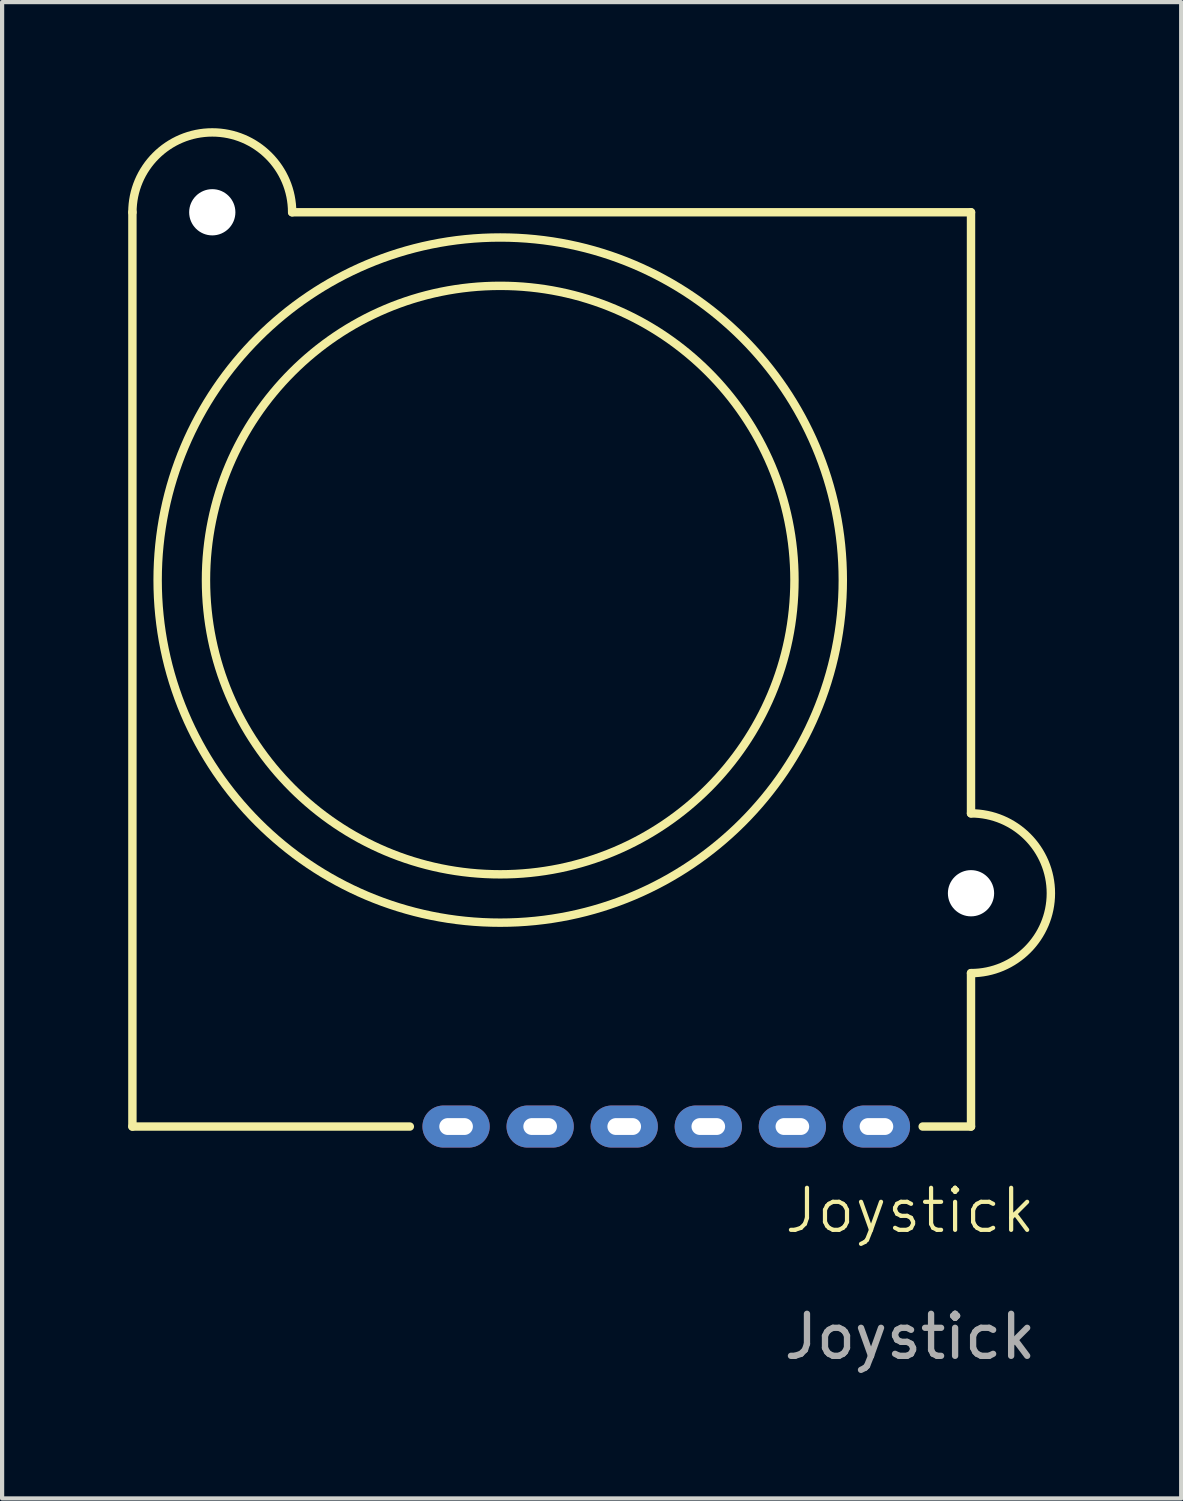
<source format=kicad_pcb>
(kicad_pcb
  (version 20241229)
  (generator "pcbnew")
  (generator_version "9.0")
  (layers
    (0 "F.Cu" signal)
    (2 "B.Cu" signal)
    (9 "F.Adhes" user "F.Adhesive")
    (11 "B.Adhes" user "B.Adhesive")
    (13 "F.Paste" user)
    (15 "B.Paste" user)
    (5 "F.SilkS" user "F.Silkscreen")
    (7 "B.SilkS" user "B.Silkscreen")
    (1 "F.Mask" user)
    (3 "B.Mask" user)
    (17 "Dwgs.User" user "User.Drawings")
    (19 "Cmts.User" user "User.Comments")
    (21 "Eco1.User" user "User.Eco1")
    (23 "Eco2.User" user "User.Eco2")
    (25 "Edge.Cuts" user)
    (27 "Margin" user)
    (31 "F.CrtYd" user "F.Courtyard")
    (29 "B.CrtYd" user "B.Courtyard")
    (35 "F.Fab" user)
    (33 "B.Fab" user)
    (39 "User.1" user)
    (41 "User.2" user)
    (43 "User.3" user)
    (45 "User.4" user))
  (footprint "Joystick"
    (layer "F.Cu")
    (at 18.6 26.25)
    (property "Reference" "Joystick" (at 0 -0.5 0) (unlocked yes) (layer "F.SilkS") (effects (font (size 1 1) (thickness 0.1))))
    (attr smd)
    (fp_line (start -18.5 -24.25) (end -18.5 -2.5) (stroke (width 0.2) (type default)) (layer "F.SilkS"))
    (fp_line (start -18.5 -2.5) (end -11.9 -2.5) (stroke (width 0.2) (type default)) (layer "F.SilkS"))
    (fp_line (start 0.3 -2.5) (end 1.45 -2.5) (stroke (width 0.2) (type default)) (layer "F.SilkS"))
    (fp_line (start 1.45 -24.25) (end -14.7 -24.25) (stroke (width 0.2) (type default)) (layer "F.SilkS"))
    (fp_line (start 1.45 -9.95) (end 1.45 -24.25) (stroke (width 0.2) (type default)) (layer "F.SilkS"))
    (fp_line (start 1.45 -2.5) (end 1.45 -6.15) (stroke (width 0.2) (type default)) (layer "F.SilkS"))
    (fp_arc (start -18.5 -24.25) (mid -16.6 -26.15) (end -14.7 -24.25) (stroke (width 0.2) (type default)) (layer "F.SilkS"))
    (fp_arc (start 1.45 -9.95) (mid 3.35 -8.05) (end 1.45 -6.15) (stroke (width 0.2) (type default)) (layer "F.SilkS"))
    (fp_circle (center -9.75 -15.5) (end -2.75 -15.5) (stroke (width 0.2) (type default)) (fill no) (layer "F.SilkS"))
    (fp_circle (center -9.75 -15.5) (end -1.6 -15.5) (stroke (width 0.2) (type default)) (fill no) (layer "F.SilkS"))
    (fp_text user "${REFERENCE}" (at 0 2.5 0) (unlocked yes) (layer "F.Fab") (effects (font (size 1 1) (thickness 0.15))))
    (pad "" np_thru_hole circle (at -16.6 -24.25) (size 1.1 1.1) (drill 1.1) (layers "*.Cu" "*.Mask"))
    (pad "" np_thru_hole circle (at 1.45 -8.05) (size 1.1 1.1) (drill 1.1) (layers "*.Cu" "*.Mask"))
    (pad "1" thru_hole oval (at -0.8 -2.5) (size 1.6 1) (drill oval 0.8 0.4) (layers "*.Cu" "*.Mask"))
    (pad "2" thru_hole oval (at -2.8 -2.5) (size 1.6 1) (drill oval 0.8 0.4) (layers "*.Cu" "*.Mask"))
    (pad "3" thru_hole oval (at -4.8 -2.5) (size 1.6 1) (drill oval 0.8 0.4) (layers "*.Cu" "*.Mask"))
    (pad "4" thru_hole oval (at -6.8 -2.5) (size 1.6 1) (drill oval 0.8 0.4) (layers "*.Cu" "*.Mask"))
    (pad "5" thru_hole oval (at -8.8 -2.5) (size 1.6 1) (drill oval 0.8 0.4) (layers "*.Cu" "*.Mask"))
    (pad "6" thru_hole oval (at -10.8 -2.5) (size 1.6 1) (drill oval 0.8 0.4) (layers "*.Cu" "*.Mask")))
  (gr_rect
    (start -3 -3)
    (end 25.05 32.598)
    (stroke (width 0.1) (type default))
    (fill no)
    (layer "Edge.Cuts")))
</source>
